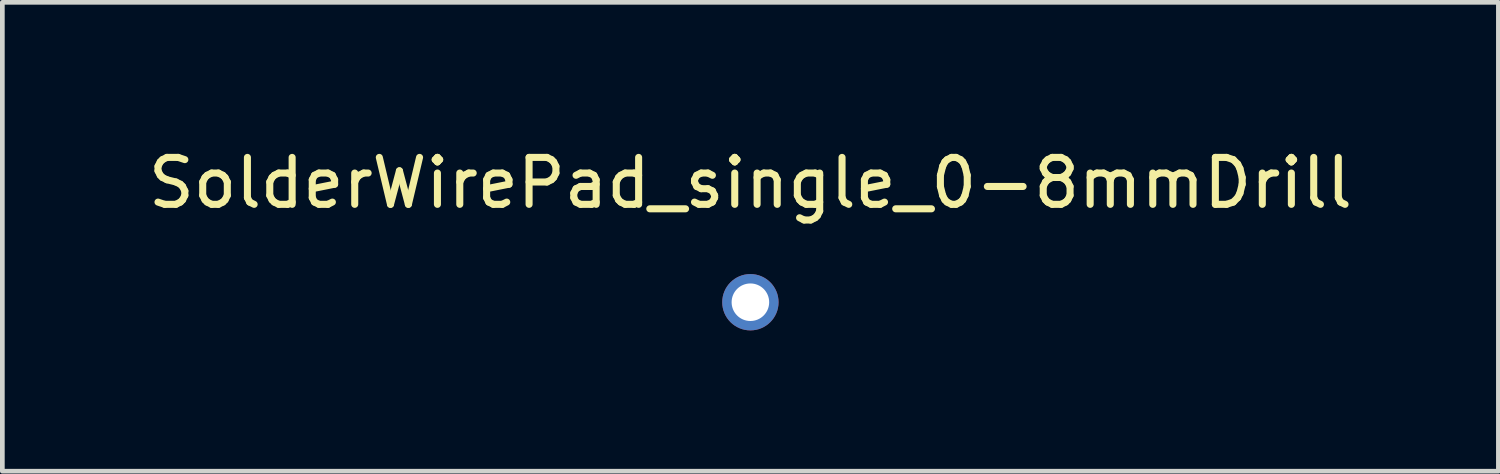
<source format=kicad_pcb>
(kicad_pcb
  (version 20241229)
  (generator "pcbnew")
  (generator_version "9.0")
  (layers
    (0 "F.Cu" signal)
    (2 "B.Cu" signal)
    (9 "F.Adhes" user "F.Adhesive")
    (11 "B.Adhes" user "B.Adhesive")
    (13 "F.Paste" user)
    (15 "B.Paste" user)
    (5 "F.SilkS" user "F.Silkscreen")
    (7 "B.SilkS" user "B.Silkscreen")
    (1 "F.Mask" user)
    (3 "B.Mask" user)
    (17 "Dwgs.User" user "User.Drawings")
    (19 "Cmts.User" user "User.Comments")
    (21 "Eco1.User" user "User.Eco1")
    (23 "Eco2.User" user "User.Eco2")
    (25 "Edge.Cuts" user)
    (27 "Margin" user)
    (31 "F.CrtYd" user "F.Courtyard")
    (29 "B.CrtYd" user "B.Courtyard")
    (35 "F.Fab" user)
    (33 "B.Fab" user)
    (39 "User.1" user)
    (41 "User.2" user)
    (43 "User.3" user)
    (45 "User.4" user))
  (footprint "SolderWirePad_single_0-8mmDrill"
    (layer "F.Cu")
    (at 12.935 3.388)
    (property "Reference" "SolderWirePad_single_0-8mmDrill" (at 0 -2.54 0) (layer "F.SilkS") (effects (font (size 1 1) (thickness 0.15))))
    (attr through_hole)
    (pad "1" thru_hole circle (at 0 0) (size 1.2 1.2) (drill 0.8) (layers "*.Cu" "*.Mask")))
  (gr_rect
    (start -3 -3)
    (end 28.869 6.988)
    (stroke (width 0.1) (type default))
    (fill no)
    (layer "Edge.Cuts")))
</source>
